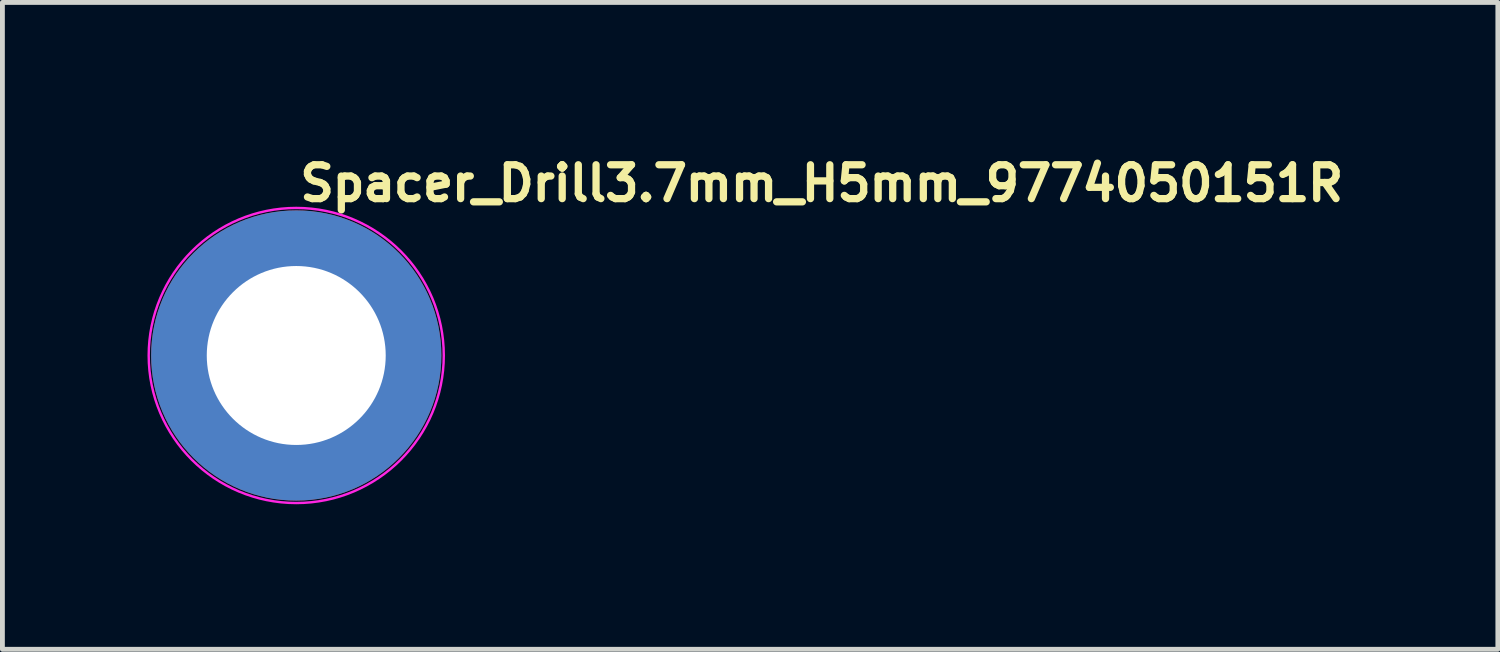
<source format=kicad_pcb>
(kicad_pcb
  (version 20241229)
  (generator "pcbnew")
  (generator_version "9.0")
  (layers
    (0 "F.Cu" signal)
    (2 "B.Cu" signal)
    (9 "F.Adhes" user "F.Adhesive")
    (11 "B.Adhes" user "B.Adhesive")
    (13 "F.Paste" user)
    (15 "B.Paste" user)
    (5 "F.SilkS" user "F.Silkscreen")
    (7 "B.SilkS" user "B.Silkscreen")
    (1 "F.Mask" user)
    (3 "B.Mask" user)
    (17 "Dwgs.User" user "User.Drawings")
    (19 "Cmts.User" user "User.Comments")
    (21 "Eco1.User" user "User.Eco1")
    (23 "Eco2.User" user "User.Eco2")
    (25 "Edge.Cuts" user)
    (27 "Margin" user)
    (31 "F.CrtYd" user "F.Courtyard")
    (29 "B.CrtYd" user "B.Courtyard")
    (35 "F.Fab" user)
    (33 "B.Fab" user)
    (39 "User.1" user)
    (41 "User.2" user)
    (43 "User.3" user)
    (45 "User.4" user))
  (footprint "Spacer_Drill3.7mm_H5mm_9774050151R"
    (layer "F.Cu")
    (at 3.075 4.3)
    (property "Reference" "Spacer_Drill3.7mm_H5mm_9774050151R" (at 0 -3.15 0) (layer "F.SilkS") (effects (font (size 0.7 0.7) (thickness 0.15)) (justify left bottom)))
    (attr smd)
    (fp_circle (center 0 0) (end 0.05 -3.05) (stroke (width 0.05) (type solid)) (fill no) (layer "F.CrtYd"))
    (fp_line (start -2.551 0) (end -2.551 0) (stroke (width 0.02) (type solid)) (layer "User.9"))
    (fp_line (start -2.551 0) (end -2.548 0.131) (stroke (width 0.02) (type solid)) (layer "User.9"))
    (fp_line (start -2.548 -0.133) (end -2.551 0) (stroke (width 0.02) (type solid)) (layer "User.9"))
    (fp_line (start -2.548 0.131) (end -2.537 0.26) (stroke (width 0.02) (type solid)) (layer "User.9"))
    (fp_line (start -2.537 -0.262) (end -2.548 -0.133) (stroke (width 0.02) (type solid)) (layer "User.9"))
    (fp_line (start -2.537 0.26) (end -2.521 0.388) (stroke (width 0.02) (type solid)) (layer "User.9"))
    (fp_line (start -2.521 -0.39) (end -2.537 -0.262) (stroke (width 0.02) (type solid)) (layer "User.9"))
    (fp_line (start -2.521 0.388) (end -2.5 0.513) (stroke (width 0.02) (type solid)) (layer "User.9"))
    (fp_line (start -2.5 -0.515) (end -2.521 -0.39) (stroke (width 0.02) (type solid)) (layer "User.9"))
    (fp_line (start -2.5 0.513) (end -2.471 0.636) (stroke (width 0.02) (type solid)) (layer "User.9"))
    (fp_line (start -2.471 -0.638) (end -2.5 -0.515) (stroke (width 0.02) (type solid)) (layer "User.9"))
    (fp_line (start -2.471 0.636) (end -2.436 0.757) (stroke (width 0.02) (type solid)) (layer "User.9"))
    (fp_line (start -2.436 -0.759) (end -2.471 -0.638) (stroke (width 0.02) (type solid)) (layer "User.9"))
    (fp_line (start -2.436 0.757) (end -2.396 0.875) (stroke (width 0.02) (type solid)) (layer "User.9"))
    (fp_line (start -2.396 -0.877) (end -2.436 -0.759) (stroke (width 0.02) (type solid)) (layer "User.9"))
    (fp_line (start -2.396 0.875) (end -2.351 0.991) (stroke (width 0.02) (type solid)) (layer "User.9"))
    (fp_line (start -2.351 -0.993) (end -2.396 -0.877) (stroke (width 0.02) (type solid)) (layer "User.9"))
    (fp_line (start -2.351 0.991) (end -2.299 1.104) (stroke (width 0.02) (type solid)) (layer "User.9"))
    (fp_line (start -2.299 -1.107) (end -2.351 -0.993) (stroke (width 0.02) (type solid)) (layer "User.9"))
    (fp_line (start -2.299 1.104) (end -2.243 1.215) (stroke (width 0.02) (type solid)) (layer "User.9"))
    (fp_line (start -2.243 -1.216) (end -2.299 -1.107) (stroke (width 0.02) (type solid)) (layer "User.9"))
    (fp_line (start -2.243 1.215) (end -2.182 1.322) (stroke (width 0.02) (type solid)) (layer "User.9"))
    (fp_line (start -2.182 -1.323) (end -2.243 -1.216) (stroke (width 0.02) (type solid)) (layer "User.9"))
    (fp_line (start -2.182 1.322) (end -2.116 1.425) (stroke (width 0.02) (type solid)) (layer "User.9"))
    (fp_line (start -2.116 -1.426) (end -2.182 -1.323) (stroke (width 0.02) (type solid)) (layer "User.9"))
    (fp_line (start -2.116 1.425) (end -2.044 1.525) (stroke (width 0.02) (type solid)) (layer "User.9"))
    (fp_line (start -2.044 -1.526) (end -2.116 -1.426) (stroke (width 0.02) (type solid)) (layer "User.9"))
    (fp_line (start -2.044 1.525) (end -1.968 1.622) (stroke (width 0.02) (type solid)) (layer "User.9"))
    (fp_line (start -1.968 -1.623) (end -2.044 -1.526) (stroke (width 0.02) (type solid)) (layer "User.9"))
    (fp_line (start -1.968 1.622) (end -1.889 1.713) (stroke (width 0.02) (type solid)) (layer "User.9"))
    (fp_line (start -1.889 -1.716) (end -1.968 -1.623) (stroke (width 0.02) (type solid)) (layer "User.9"))
    (fp_line (start -1.889 1.713) (end -1.805 1.802) (stroke (width 0.02) (type solid)) (layer "User.9"))
    (fp_line (start -1.805 -1.805) (end -1.889 -1.716) (stroke (width 0.02) (type solid)) (layer "User.9"))
    (fp_line (start -1.805 1.802) (end -1.716 1.886) (stroke (width 0.02) (type solid)) (layer "User.9"))
    (fp_line (start -1.716 -1.889) (end -1.805 -1.805) (stroke (width 0.02) (type solid)) (layer "User.9"))
    (fp_line (start -1.716 1.886) (end -1.623 1.967) (stroke (width 0.02) (type solid)) (layer "User.9"))
    (fp_line (start -1.623 -1.968) (end -1.716 -1.889) (stroke (width 0.02) (type solid)) (layer "User.9"))
    (fp_line (start -1.623 1.967) (end -1.526 2.043) (stroke (width 0.02) (type solid)) (layer "User.9"))
    (fp_line (start -1.526 -2.044) (end -1.623 -1.968) (stroke (width 0.02) (type solid)) (layer "User.9"))
    (fp_line (start -1.526 2.043) (end -1.426 2.113) (stroke (width 0.02) (type solid)) (layer "User.9"))
    (fp_line (start -1.426 -2.116) (end -1.526 -2.044) (stroke (width 0.02) (type solid)) (layer "User.9"))
    (fp_line (start -1.426 2.113) (end -1.323 2.18) (stroke (width 0.02) (type solid)) (layer "User.9"))
    (fp_line (start -1.323 -2.182) (end -1.426 -2.116) (stroke (width 0.02) (type solid)) (layer "User.9"))
    (fp_line (start -1.323 2.18) (end -1.216 2.241) (stroke (width 0.02) (type solid)) (layer "User.9"))
    (fp_line (start -1.216 -2.243) (end -1.323 -2.182) (stroke (width 0.02) (type solid)) (layer "User.9"))
    (fp_line (start -1.216 2.241) (end -1.107 2.297) (stroke (width 0.02) (type solid)) (layer "User.9"))
    (fp_line (start -1.107 -2.299) (end -1.216 -2.243) (stroke (width 0.02) (type solid)) (layer "User.9"))
    (fp_line (start -1.107 2.297) (end -0.993 2.349) (stroke (width 0.02) (type solid)) (layer "User.9"))
    (fp_line (start -1.008 0) (end -1.008 0) (stroke (width 0.02) (type solid)) (layer "User.9"))
    (fp_line (start -1.008 0) (end -1.006 0.051) (stroke (width 0.02) (type solid)) (layer "User.9"))
    (fp_line (start -1.006 -0.053) (end -1.008 0) (stroke (width 0.02) (type solid)) (layer "User.9"))
    (fp_line (start -1.006 0.051) (end -1.002 0.102) (stroke (width 0.02) (type solid)) (layer "User.9"))
    (fp_line (start -1.002 -0.104) (end -1.006 -0.053) (stroke (width 0.02) (type solid)) (layer "User.9"))
    (fp_line (start -1.002 0.102) (end -0.995 0.152) (stroke (width 0.02) (type solid)) (layer "User.9"))
    (fp_line (start -0.995 -0.154) (end -1.002 -0.104) (stroke (width 0.02) (type solid)) (layer "User.9"))
    (fp_line (start -0.995 0.152) (end -0.987 0.202) (stroke (width 0.02) (type solid)) (layer "User.9"))
    (fp_line (start -0.993 -2.351) (end -1.107 -2.299) (stroke (width 0.02) (type solid)) (layer "User.9"))
    (fp_line (start -0.993 2.349) (end -0.877 2.394) (stroke (width 0.02) (type solid)) (layer "User.9"))
    (fp_line (start -0.987 -0.204) (end -0.995 -0.154) (stroke (width 0.02) (type solid)) (layer "User.9"))
    (fp_line (start -0.987 0.202) (end -0.975 0.25) (stroke (width 0.02) (type solid)) (layer "User.9"))
    (fp_line (start -0.975 -0.252) (end -0.987 -0.204) (stroke (width 0.02) (type solid)) (layer "User.9"))
    (fp_line (start -0.975 0.25) (end -0.962 0.298) (stroke (width 0.02) (type solid)) (layer "User.9"))
    (fp_line (start -0.962 -0.3) (end -0.975 -0.252) (stroke (width 0.02) (type solid)) (layer "User.9"))
    (fp_line (start -0.962 0.298) (end -0.947 0.346) (stroke (width 0.02) (type solid)) (layer "User.9"))
    (fp_line (start -0.947 -0.348) (end -0.962 -0.3) (stroke (width 0.02) (type solid)) (layer "User.9"))
    (fp_line (start -0.947 0.346) (end -0.929 0.391) (stroke (width 0.02) (type solid)) (layer "User.9"))
    (fp_line (start -0.929 -0.393) (end -0.947 -0.348) (stroke (width 0.02) (type solid)) (layer "User.9"))
    (fp_line (start -0.929 0.391) (end -0.909 0.435) (stroke (width 0.02) (type solid)) (layer "User.9"))
    (fp_line (start -0.909 -0.437) (end -0.929 -0.393) (stroke (width 0.02) (type solid)) (layer "User.9"))
    (fp_line (start -0.909 0.435) (end -0.886 0.479) (stroke (width 0.02) (type solid)) (layer "User.9"))
    (fp_line (start -0.886 -0.48) (end -0.909 -0.437) (stroke (width 0.02) (type solid)) (layer "User.9"))
    (fp_line (start -0.886 0.479) (end -0.861 0.521) (stroke (width 0.02) (type solid)) (layer "User.9"))
    (fp_line (start -0.877 -2.396) (end -0.993 -2.351) (stroke (width 0.02) (type solid)) (layer "User.9"))
    (fp_line (start -0.877 2.394) (end -0.759 2.435) (stroke (width 0.02) (type solid)) (layer "User.9"))
    (fp_line (start -0.861 -0.523) (end -0.886 -0.48) (stroke (width 0.02) (type solid)) (layer "User.9"))
    (fp_line (start -0.861 0.521) (end -0.835 0.562) (stroke (width 0.02) (type solid)) (layer "User.9"))
    (fp_line (start -0.835 -0.564) (end -0.861 -0.523) (stroke (width 0.02) (type solid)) (layer "User.9"))
    (fp_line (start -0.835 0.562) (end -0.808 0.601) (stroke (width 0.02) (type solid)) (layer "User.9"))
    (fp_line (start -0.808 -0.603) (end -0.835 -0.564) (stroke (width 0.02) (type solid)) (layer "User.9"))
    (fp_line (start -0.808 0.601) (end -0.778 0.64) (stroke (width 0.02) (type solid)) (layer "User.9"))
    (fp_line (start -0.778 -0.642) (end -0.808 -0.603) (stroke (width 0.02) (type solid)) (layer "User.9"))
    (fp_line (start -0.778 0.64) (end -0.746 0.676) (stroke (width 0.02) (type solid)) (layer "User.9"))
    (fp_line (start -0.759 -2.436) (end -0.877 -2.396) (stroke (width 0.02) (type solid)) (layer "User.9"))
    (fp_line (start -0.759 2.435) (end -0.638 2.468) (stroke (width 0.02) (type solid)) (layer "User.9"))
    (fp_line (start -0.746 -0.678) (end -0.778 -0.642) (stroke (width 0.02) (type solid)) (layer "User.9"))
    (fp_line (start -0.746 0.676) (end -0.712 0.71) (stroke (width 0.02) (type solid)) (layer "User.9"))
    (fp_line (start -0.712 -0.712) (end -0.746 -0.678) (stroke (width 0.02) (type solid)) (layer "User.9"))
    (fp_line (start -0.712 0.71) (end -0.678 0.744) (stroke (width 0.02) (type solid)) (layer "User.9"))
    (fp_line (start -0.678 -0.746) (end -0.712 -0.712) (stroke (width 0.02) (type solid)) (layer "User.9"))
    (fp_line (start -0.678 0.744) (end -0.642 0.776) (stroke (width 0.02) (type solid)) (layer "User.9"))
    (fp_line (start -0.642 -0.778) (end -0.678 -0.746) (stroke (width 0.02) (type solid)) (layer "User.9"))
    (fp_line (start -0.642 0.776) (end -0.603 0.806) (stroke (width 0.02) (type solid)) (layer "User.9"))
    (fp_line (start -0.638 -2.471) (end -0.759 -2.436) (stroke (width 0.02) (type solid)) (layer "User.9"))
    (fp_line (start -0.638 2.468) (end -0.515 2.498) (stroke (width 0.02) (type solid)) (layer "User.9"))
    (fp_line (start -0.603 -0.808) (end -0.642 -0.778) (stroke (width 0.02) (type solid)) (layer "User.9"))
    (fp_line (start -0.603 0.806) (end -0.564 0.833) (stroke (width 0.02) (type solid)) (layer "User.9"))
    (fp_line (start -0.564 -0.835) (end -0.603 -0.808) (stroke (width 0.02) (type solid)) (layer "User.9"))
    (fp_line (start -0.564 0.833) (end -0.523 0.859) (stroke (width 0.02) (type solid)) (layer "User.9"))
    (fp_line (start -0.523 -0.861) (end -0.564 -0.835) (stroke (width 0.02) (type solid)) (layer "User.9"))
    (fp_line (start -0.523 0.859) (end -0.48 0.884) (stroke (width 0.02) (type solid)) (layer "User.9"))
    (fp_line (start -0.515 -2.5) (end -0.638 -2.471) (stroke (width 0.02) (type solid)) (layer "User.9"))
    (fp_line (start -0.515 2.498) (end -0.39 2.519) (stroke (width 0.02) (type solid)) (layer "User.9"))
    (fp_line (start -0.48 -0.886) (end -0.523 -0.861) (stroke (width 0.02) (type solid)) (layer "User.9"))
    (fp_line (start -0.48 0.884) (end -0.437 0.907) (stroke (width 0.02) (type solid)) (layer "User.9"))
    (fp_line (start -0.437 -0.909) (end -0.48 -0.886) (stroke (width 0.02) (type solid)) (layer "User.9"))
    (fp_line (start -0.437 0.907) (end -0.393 0.927) (stroke (width 0.02) (type solid)) (layer "User.9"))
    (fp_line (start -0.393 -0.929) (end -0.437 -0.909) (stroke (width 0.02) (type solid)) (layer "User.9"))
    (fp_line (start -0.393 0.927) (end -0.348 0.945) (stroke (width 0.02) (type solid)) (layer "User.9"))
    (fp_line (start -0.39 -2.521) (end -0.515 -2.5) (stroke (width 0.02) (type solid)) (layer "User.9"))
    (fp_line (start -0.39 2.519) (end -0.262 2.535) (stroke (width 0.02) (type solid)) (layer "User.9"))
    (fp_line (start -0.348 -0.947) (end -0.393 -0.929) (stroke (width 0.02) (type solid)) (layer "User.9"))
    (fp_line (start -0.348 0.945) (end -0.3 0.96) (stroke (width 0.02) (type solid)) (layer "User.9"))
    (fp_line (start -0.3 -0.962) (end -0.348 -0.947) (stroke (width 0.02) (type solid)) (layer "User.9"))
    (fp_line (start -0.3 0.96) (end -0.252 0.973) (stroke (width 0.02) (type solid)) (layer "User.9"))
    (fp_line (start -0.262 -2.537) (end -0.39 -2.521) (stroke (width 0.02) (type solid)) (layer "User.9"))
    (fp_line (start -0.262 2.535) (end -0.133 2.546) (stroke (width 0.02) (type solid)) (layer "User.9"))
    (fp_line (start -0.252 -0.975) (end -0.3 -0.962) (stroke (width 0.02) (type solid)) (layer "User.9"))
    (fp_line (start -0.252 0.973) (end -0.204 0.985) (stroke (width 0.02) (type solid)) (layer "User.9"))
    (fp_line (start -0.204 -0.987) (end -0.252 -0.975) (stroke (width 0.02) (type solid)) (layer "User.9"))
    (fp_line (start -0.204 0.985) (end -0.154 0.993) (stroke (width 0.02) (type solid)) (layer "User.9"))
    (fp_line (start -0.154 -0.995) (end -0.204 -0.987) (stroke (width 0.02) (type solid)) (layer "User.9"))
    (fp_line (start -0.154 0.993) (end -0.104 1.001) (stroke (width 0.02) (type solid)) (layer "User.9"))
    (fp_line (start -0.133 -2.548) (end -0.262 -2.537) (stroke (width 0.02) (type solid)) (layer "User.9"))
    (fp_line (start -0.133 2.546) (end 0 2.548) (stroke (width 0.02) (type solid)) (layer "User.9"))
    (fp_line (start -0.104 -1.002) (end -0.154 -0.995) (stroke (width 0.02) (type solid)) (layer "User.9"))
    (fp_line (start -0.104 1.001) (end -0.053 1.005) (stroke (width 0.02) (type solid)) (layer "User.9"))
    (fp_line (start -0.053 -1.006) (end -0.104 -1.002) (stroke (width 0.02) (type solid)) (layer "User.9"))
    (fp_line (start -0.053 1.005) (end 0 1.005) (stroke (width 0.02) (type solid)) (layer "User.9"))
    (fp_line (start 0 -2.551) (end -0.133 -2.548) (stroke (width 0.02) (type solid)) (layer "User.9"))
    (fp_line (start 0 -2.551) (end 0 -2.551) (stroke (width 0.02) (type solid)) (layer "User.9"))
    (fp_line (start 0 -1.008) (end -0.053 -1.006) (stroke (width 0.02) (type solid)) (layer "User.9"))
    (fp_line (start 0 -1.008) (end 0 -1.008) (stroke (width 0.02) (type solid)) (layer "User.9"))
    (fp_line (start 0 1.005) (end 0 1.005) (stroke (width 0.02) (type solid)) (layer "User.9"))
    (fp_line (start 0 1.005) (end 0.051 1.005) (stroke (width 0.02) (type solid)) (layer "User.9"))
    (fp_line (start 0 2.548) (end 0 2.548) (stroke (width 0.02) (type solid)) (layer "User.9"))
    (fp_line (start 0 2.548) (end 0.131 2.546) (stroke (width 0.02) (type solid)) (layer "User.9"))
    (fp_line (start 0.051 -1.006) (end 0 -1.008) (stroke (width 0.02) (type solid)) (layer "User.9"))
    (fp_line (start 0.051 1.005) (end 0.102 1.001) (stroke (width 0.02) (type solid)) (layer "User.9"))
    (fp_line (start 0.102 -1.002) (end 0.051 -1.006) (stroke (width 0.02) (type solid)) (layer "User.9"))
    (fp_line (start 0.102 1.001) (end 0.152 0.993) (stroke (width 0.02) (type solid)) (layer "User.9"))
    (fp_line (start 0.131 -2.548) (end 0 -2.551) (stroke (width 0.02) (type solid)) (layer "User.9"))
    (fp_line (start 0.131 2.546) (end 0.26 2.535) (stroke (width 0.02) (type solid)) (layer "User.9"))
    (fp_line (start 0.152 -0.995) (end 0.102 -1.002) (stroke (width 0.02) (type solid)) (layer "User.9"))
    (fp_line (start 0.152 0.993) (end 0.202 0.985) (stroke (width 0.02) (type solid)) (layer "User.9"))
    (fp_line (start 0.202 -0.987) (end 0.152 -0.995) (stroke (width 0.02) (type solid)) (layer "User.9"))
    (fp_line (start 0.202 0.985) (end 0.25 0.973) (stroke (width 0.02) (type solid)) (layer "User.9"))
    (fp_line (start 0.25 -0.975) (end 0.202 -0.987) (stroke (width 0.02) (type solid)) (layer "User.9"))
    (fp_line (start 0.25 0.973) (end 0.298 0.96) (stroke (width 0.02) (type solid)) (layer "User.9"))
    (fp_line (start 0.26 -2.537) (end 0.131 -2.548) (stroke (width 0.02) (type solid)) (layer "User.9"))
    (fp_line (start 0.26 2.535) (end 0.388 2.519) (stroke (width 0.02) (type solid)) (layer "User.9"))
    (fp_line (start 0.298 -0.962) (end 0.25 -0.975) (stroke (width 0.02) (type solid)) (layer "User.9"))
    (fp_line (start 0.298 0.96) (end 0.346 0.945) (stroke (width 0.02) (type solid)) (layer "User.9"))
    (fp_line (start 0.346 -0.947) (end 0.298 -0.962) (stroke (width 0.02) (type solid)) (layer "User.9"))
    (fp_line (start 0.346 0.945) (end 0.391 0.927) (stroke (width 0.02) (type solid)) (layer "User.9"))
    (fp_line (start 0.388 -2.521) (end 0.26 -2.537) (stroke (width 0.02) (type solid)) (layer "User.9"))
    (fp_line (start 0.388 2.519) (end 0.513 2.498) (stroke (width 0.02) (type solid)) (layer "User.9"))
    (fp_line (start 0.391 -0.929) (end 0.346 -0.947) (stroke (width 0.02) (type solid)) (layer "User.9"))
    (fp_line (start 0.391 0.927) (end 0.435 0.907) (stroke (width 0.02) (type solid)) (layer "User.9"))
    (fp_line (start 0.435 -0.909) (end 0.391 -0.929) (stroke (width 0.02) (type solid)) (layer "User.9"))
    (fp_line (start 0.435 0.907) (end 0.479 0.884) (stroke (width 0.02) (type solid)) (layer "User.9"))
    (fp_line (start 0.479 -0.886) (end 0.435 -0.909) (stroke (width 0.02) (type solid)) (layer "User.9"))
    (fp_line (start 0.479 0.884) (end 0.521 0.859) (stroke (width 0.02) (type solid)) (layer "User.9"))
    (fp_line (start 0.513 -2.5) (end 0.388 -2.521) (stroke (width 0.02) (type solid)) (layer "User.9"))
    (fp_line (start 0.513 2.498) (end 0.636 2.468) (stroke (width 0.02) (type solid)) (layer "User.9"))
    (fp_line (start 0.521 -0.861) (end 0.479 -0.886) (stroke (width 0.02) (type solid)) (layer "User.9"))
    (fp_line (start 0.521 0.859) (end 0.562 0.833) (stroke (width 0.02) (type solid)) (layer "User.9"))
    (fp_line (start 0.562 -0.835) (end 0.521 -0.861) (stroke (width 0.02) (type solid)) (layer "User.9"))
    (fp_line (start 0.562 0.833) (end 0.601 0.806) (stroke (width 0.02) (type solid)) (layer "User.9"))
    (fp_line (start 0.601 -0.808) (end 0.562 -0.835) (stroke (width 0.02) (type solid)) (layer "User.9"))
    (fp_line (start 0.601 0.806) (end 0.64 0.776) (stroke (width 0.02) (type solid)) (layer "User.9"))
    (fp_line (start 0.636 -2.471) (end 0.513 -2.5) (stroke (width 0.02) (type solid)) (layer "User.9"))
    (fp_line (start 0.636 2.468) (end 0.757 2.435) (stroke (width 0.02) (type solid)) (layer "User.9"))
    (fp_line (start 0.64 -0.778) (end 0.601 -0.808) (stroke (width 0.02) (type solid)) (layer "User.9"))
    (fp_line (start 0.64 0.776) (end 0.676 0.744) (stroke (width 0.02) (type solid)) (layer "User.9"))
    (fp_line (start 0.676 -0.746) (end 0.64 -0.778) (stroke (width 0.02) (type solid)) (layer "User.9"))
    (fp_line (start 0.676 0.744) (end 0.71 0.71) (stroke (width 0.02) (type solid)) (layer "User.9"))
    (fp_line (start 0.71 -0.712) (end 0.676 -0.746) (stroke (width 0.02) (type solid)) (layer "User.9"))
    (fp_line (start 0.71 0.71) (end 0.744 0.676) (stroke (width 0.02) (type solid)) (layer "User.9"))
    (fp_line (start 0.744 -0.678) (end 0.71 -0.712) (stroke (width 0.02) (type solid)) (layer "User.9"))
    (fp_line (start 0.744 0.676) (end 0.776 0.64) (stroke (width 0.02) (type solid)) (layer "User.9"))
    (fp_line (start 0.757 -2.436) (end 0.636 -2.471) (stroke (width 0.02) (type solid)) (layer "User.9"))
    (fp_line (start 0.757 2.435) (end 0.875 2.394) (stroke (width 0.02) (type solid)) (layer "User.9"))
    (fp_line (start 0.776 -0.642) (end 0.744 -0.678) (stroke (width 0.02) (type solid)) (layer "User.9"))
    (fp_line (start 0.776 0.64) (end 0.806 0.601) (stroke (width 0.02) (type solid)) (layer "User.9"))
    (fp_line (start 0.806 -0.603) (end 0.776 -0.642) (stroke (width 0.02) (type solid)) (layer "User.9"))
    (fp_line (start 0.806 0.601) (end 0.833 0.562) (stroke (width 0.02) (type solid)) (layer "User.9"))
    (fp_line (start 0.833 -0.564) (end 0.806 -0.603) (stroke (width 0.02) (type solid)) (layer "User.9"))
    (fp_line (start 0.833 0.562) (end 0.859 0.521) (stroke (width 0.02) (type solid)) (layer "User.9"))
    (fp_line (start 0.859 -0.523) (end 0.833 -0.564) (stroke (width 0.02) (type solid)) (layer "User.9"))
    (fp_line (start 0.859 0.521) (end 0.884 0.479) (stroke (width 0.02) (type solid)) (layer "User.9"))
    (fp_line (start 0.875 -2.396) (end 0.757 -2.436) (stroke (width 0.02) (type solid)) (layer "User.9"))
    (fp_line (start 0.875 2.394) (end 0.991 2.349) (stroke (width 0.02) (type solid)) (layer "User.9"))
    (fp_line (start 0.884 -0.48) (end 0.859 -0.523) (stroke (width 0.02) (type solid)) (layer "User.9"))
    (fp_line (start 0.884 0.479) (end 0.907 0.435) (stroke (width 0.02) (type solid)) (layer "User.9"))
    (fp_line (start 0.907 -0.437) (end 0.884 -0.48) (stroke (width 0.02) (type solid)) (layer "User.9"))
    (fp_line (start 0.907 0.435) (end 0.927 0.391) (stroke (width 0.02) (type solid)) (layer "User.9"))
    (fp_line (start 0.927 -0.393) (end 0.907 -0.437) (stroke (width 0.02) (type solid)) (layer "User.9"))
    (fp_line (start 0.927 0.391) (end 0.945 0.346) (stroke (width 0.02) (type solid)) (layer "User.9"))
    (fp_line (start 0.945 -0.348) (end 0.927 -0.393) (stroke (width 0.02) (type solid)) (layer "User.9"))
    (fp_line (start 0.945 0.346) (end 0.96 0.298) (stroke (width 0.02) (type solid)) (layer "User.9"))
    (fp_line (start 0.96 -0.3) (end 0.945 -0.348) (stroke (width 0.02) (type solid)) (layer "User.9"))
    (fp_line (start 0.96 0.298) (end 0.973 0.25) (stroke (width 0.02) (type solid)) (layer "User.9"))
    (fp_line (start 0.973 -0.252) (end 0.96 -0.3) (stroke (width 0.02) (type solid)) (layer "User.9"))
    (fp_line (start 0.973 0.25) (end 0.985 0.202) (stroke (width 0.02) (type solid)) (layer "User.9"))
    (fp_line (start 0.985 -0.204) (end 0.973 -0.252) (stroke (width 0.02) (type solid)) (layer "User.9"))
    (fp_line (start 0.985 0.202) (end 0.993 0.152) (stroke (width 0.02) (type solid)) (layer "User.9"))
    (fp_line (start 0.991 -2.351) (end 0.875 -2.396) (stroke (width 0.02) (type solid)) (layer "User.9"))
    (fp_line (start 0.991 2.349) (end 1.104 2.297) (stroke (width 0.02) (type solid)) (layer "User.9"))
    (fp_line (start 0.993 -0.154) (end 0.985 -0.204) (stroke (width 0.02) (type solid)) (layer "User.9"))
    (fp_line (start 0.993 0.152) (end 1.001 0.102) (stroke (width 0.02) (type solid)) (layer "User.9"))
    (fp_line (start 1.001 -0.104) (end 0.993 -0.154) (stroke (width 0.02) (type solid)) (layer "User.9"))
    (fp_line (start 1.001 0.102) (end 1.005 0.051) (stroke (width 0.02) (type solid)) (layer "User.9"))
    (fp_line (start 1.005 -0.053) (end 1.001 -0.104) (stroke (width 0.02) (type solid)) (layer "User.9"))
    (fp_line (start 1.005 0) (end 1.005 -0.053) (stroke (width 0.02) (type solid)) (layer "User.9"))
    (fp_line (start 1.005 0) (end 1.005 0) (stroke (width 0.02) (type solid)) (layer "User.9"))
    (fp_line (start 1.005 0) (end 1.005 0) (stroke (width 0.02) (type solid)) (layer "User.9"))
    (fp_line (start 1.005 0.051) (end 1.005 0) (stroke (width 0.02) (type solid)) (layer "User.9"))
    (fp_line (start 1.104 -2.299) (end 0.991 -2.351) (stroke (width 0.02) (type solid)) (layer "User.9"))
    (fp_line (start 1.104 2.297) (end 1.215 2.241) (stroke (width 0.02) (type solid)) (layer "User.9"))
    (fp_line (start 1.215 -2.243) (end 1.104 -2.299) (stroke (width 0.02) (type solid)) (layer "User.9"))
    (fp_line (start 1.215 2.241) (end 1.322 2.18) (stroke (width 0.02) (type solid)) (layer "User.9"))
    (fp_line (start 1.322 -2.182) (end 1.215 -2.243) (stroke (width 0.02) (type solid)) (layer "User.9"))
    (fp_line (start 1.322 2.18) (end 1.425 2.113) (stroke (width 0.02) (type solid)) (layer "User.9"))
    (fp_line (start 1.425 -2.116) (end 1.322 -2.182) (stroke (width 0.02) (type solid)) (layer "User.9"))
    (fp_line (start 1.425 2.113) (end 1.525 2.043) (stroke (width 0.02) (type solid)) (layer "User.9"))
    (fp_line (start 1.525 -2.044) (end 1.425 -2.116) (stroke (width 0.02) (type solid)) (layer "User.9"))
    (fp_line (start 1.525 2.043) (end 1.622 1.967) (stroke (width 0.02) (type solid)) (layer "User.9"))
    (fp_line (start 1.622 -1.968) (end 1.525 -2.044) (stroke (width 0.02) (type solid)) (layer "User.9"))
    (fp_line (start 1.622 1.967) (end 1.713 1.886) (stroke (width 0.02) (type solid)) (layer "User.9"))
    (fp_line (start 1.713 -1.889) (end 1.622 -1.968) (stroke (width 0.02) (type solid)) (layer "User.9"))
    (fp_line (start 1.713 1.886) (end 1.802 1.802) (stroke (width 0.02) (type solid)) (layer "User.9"))
    (fp_line (start 1.802 -1.805) (end 1.713 -1.889) (stroke (width 0.02) (type solid)) (layer "User.9"))
    (fp_line (start 1.802 1.802) (end 1.886 1.713) (stroke (width 0.02) (type solid)) (layer "User.9"))
    (fp_line (start 1.886 -1.716) (end 1.802 -1.805) (stroke (width 0.02) (type solid)) (layer "User.9"))
    (fp_line (start 1.886 1.713) (end 1.967 1.622) (stroke (width 0.02) (type solid)) (layer "User.9"))
    (fp_line (start 1.967 -1.623) (end 1.886 -1.716) (stroke (width 0.02) (type solid)) (layer "User.9"))
    (fp_line (start 1.967 1.622) (end 2.043 1.525) (stroke (width 0.02) (type solid)) (layer "User.9"))
    (fp_line (start 2.043 -1.526) (end 1.967 -1.623) (stroke (width 0.02) (type solid)) (layer "User.9"))
    (fp_line (start 2.043 1.525) (end 2.113 1.425) (stroke (width 0.02) (type solid)) (layer "User.9"))
    (fp_line (start 2.113 -1.426) (end 2.043 -1.526) (stroke (width 0.02) (type solid)) (layer "User.9"))
    (fp_line (start 2.113 1.425) (end 2.18 1.322) (stroke (width 0.02) (type solid)) (layer "User.9"))
    (fp_line (start 2.18 -1.323) (end 2.113 -1.426) (stroke (width 0.02) (type solid)) (layer "User.9"))
    (fp_line (start 2.18 1.322) (end 2.241 1.215) (stroke (width 0.02) (type solid)) (layer "User.9"))
    (fp_line (start 2.241 -1.216) (end 2.18 -1.323) (stroke (width 0.02) (type solid)) (layer "User.9"))
    (fp_line (start 2.241 1.215) (end 2.297 1.104) (stroke (width 0.02) (type solid)) (layer "User.9"))
    (fp_line (start 2.297 -1.107) (end 2.241 -1.216) (stroke (width 0.02) (type solid)) (layer "User.9"))
    (fp_line (start 2.297 1.104) (end 2.349 0.991) (stroke (width 0.02) (type solid)) (layer "User.9"))
    (fp_line (start 2.349 -0.993) (end 2.297 -1.107) (stroke (width 0.02) (type solid)) (layer "User.9"))
    (fp_line (start 2.349 0.991) (end 2.394 0.875) (stroke (width 0.02) (type solid)) (layer "User.9"))
    (fp_line (start 2.394 -0.877) (end 2.349 -0.993) (stroke (width 0.02) (type solid)) (layer "User.9"))
    (fp_line (start 2.394 0.875) (end 2.435 0.757) (stroke (width 0.02) (type solid)) (layer "User.9"))
    (fp_line (start 2.435 -0.759) (end 2.394 -0.877) (stroke (width 0.02) (type solid)) (layer "User.9"))
    (fp_line (start 2.435 0.757) (end 2.468 0.636) (stroke (width 0.02) (type solid)) (layer "User.9"))
    (fp_line (start 2.468 -0.638) (end 2.435 -0.759) (stroke (width 0.02) (type solid)) (layer "User.9"))
    (fp_line (start 2.468 0.636) (end 2.498 0.513) (stroke (width 0.02) (type solid)) (layer "User.9"))
    (fp_line (start 2.498 -0.515) (end 2.468 -0.638) (stroke (width 0.02) (type solid)) (layer "User.9"))
    (fp_line (start 2.498 0.513) (end 2.519 0.388) (stroke (width 0.02) (type solid)) (layer "User.9"))
    (fp_line (start 2.519 -0.39) (end 2.498 -0.515) (stroke (width 0.02) (type solid)) (layer "User.9"))
    (fp_line (start 2.519 0.388) (end 2.535 0.26) (stroke (width 0.02) (type solid)) (layer "User.9"))
    (fp_line (start 2.535 -0.262) (end 2.519 -0.39) (stroke (width 0.02) (type solid)) (layer "User.9"))
    (fp_line (start 2.535 0.26) (end 2.546 0.131) (stroke (width 0.02) (type solid)) (layer "User.9"))
    (fp_line (start 2.546 -0.133) (end 2.535 -0.262) (stroke (width 0.02) (type solid)) (layer "User.9"))
    (fp_line (start 2.546 0.131) (end 2.548 0) (stroke (width 0.02) (type solid)) (layer "User.9"))
    (fp_line (start 2.548 0) (end 2.546 -0.133) (stroke (width 0.02) (type solid)) (layer "User.9"))
    (fp_line (start 2.548 0) (end 2.548 0) (stroke (width 0.02) (type solid)) (layer "User.9"))
    (fp_line (start 2.548 0) (end 2.548 0) (stroke (width 0.02) (type solid)) (layer "User.9"))
    (pad "1" thru_hole circle (at 0 0) (size 6 6) (drill 3.7) (layers "*.Cu" "*.Mask" "F.Paste")))
  (gr_rect
    (start -3 -3)
    (end 27.919 10.375)
    (stroke (width 0.1) (type default))
    (fill no)
    (layer "Edge.Cuts")))
</source>
